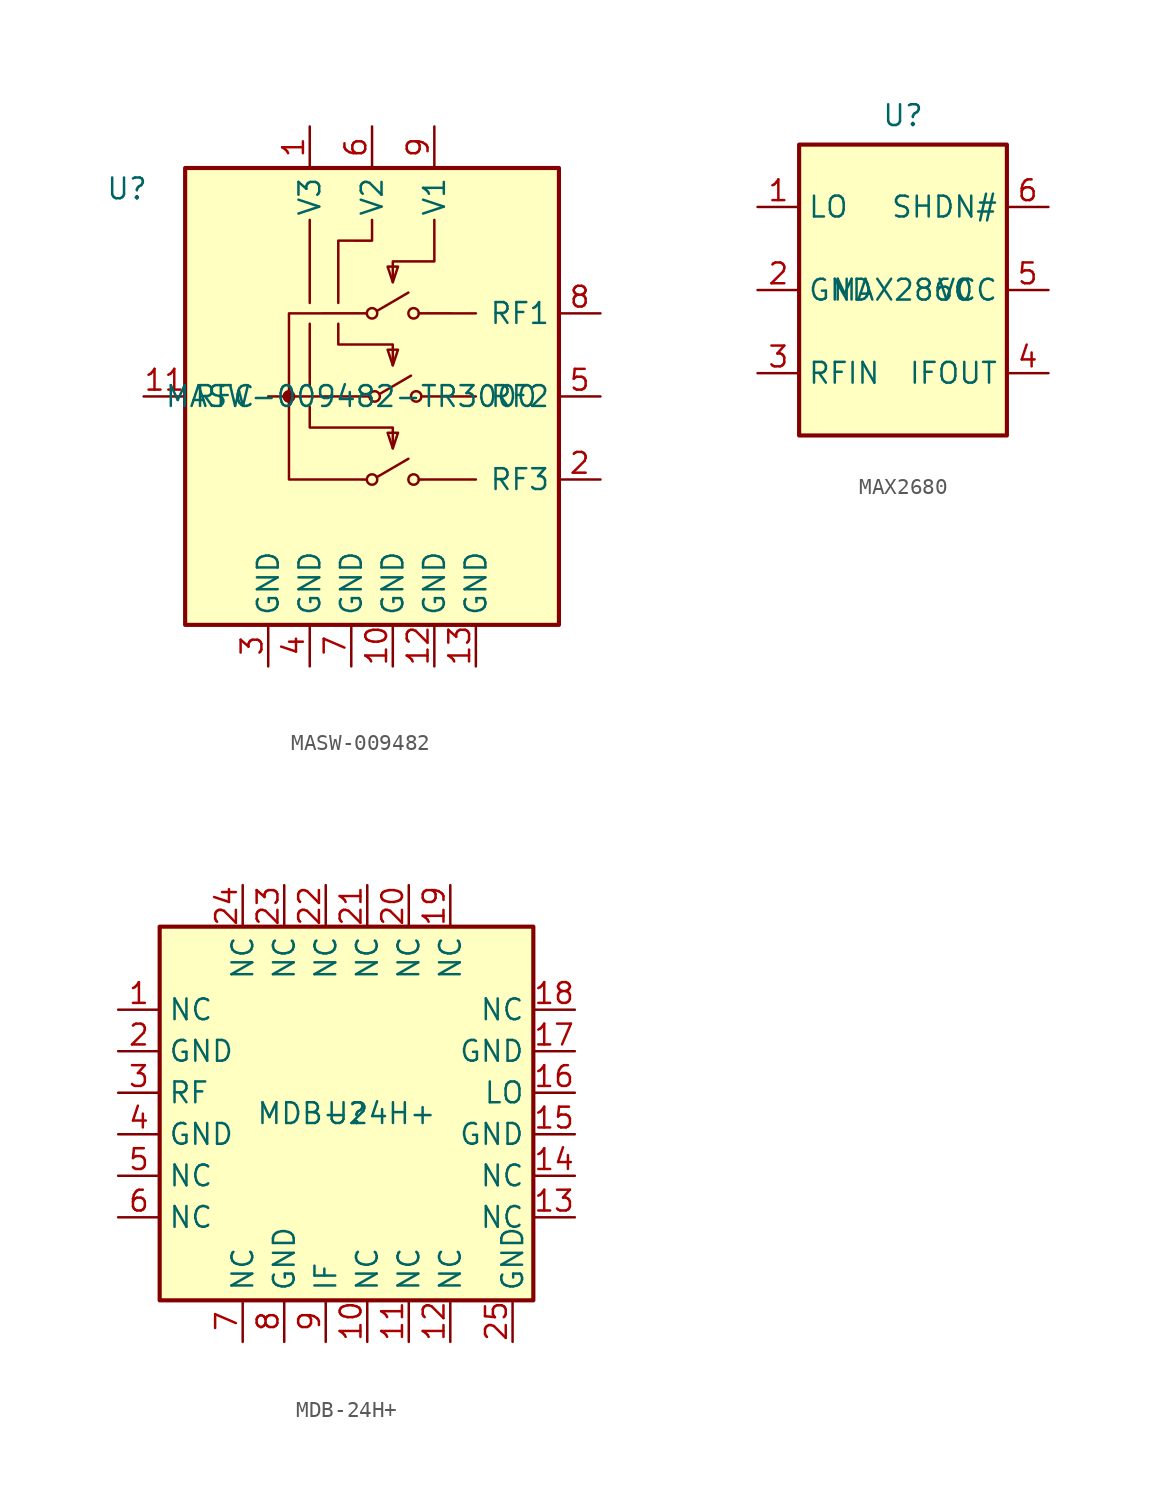
<source format=kicad_sym>
(kicad_symbol_lib
  (version 20241209)
  (generator "kicad_symbol_editor")
  (generator_version "9.0")
  (symbol "MASW-009482"
    (property "Reference" "U"
      (at -14.986 12.7 0)
      (effects (font (size 1.27 1.27))))
    (property "Value" "MASW-009482-TR3000"
      (at -1.27 0 0)
      (effects (font (size 1.27 1.27))))
    (symbol "MASW-009482_0_1"
      (polyline (pts (xy -6.35 0) (xy -5.08 0) (xy -5.08 -5.08) (xy -0.317 -5.082)) (stroke (width 0) (type default)) (fill (type none)))
      (circle (center 0.0004 5.082) (radius 0.318) (stroke (width 0) (type default)) (fill (type none)))
      (circle (center 0.0004 -5.082) (radius 0.318) (stroke (width 0) (type default)) (fill (type none)))
      (circle (center 0.159 0) (radius 0.318) (stroke (width 0) (type default)) (fill (type none)))
      (polyline (pts (xy 0.318 5.24) (xy 2.224 6.352)) (stroke (width 0) (type default)) (fill (type none)))
      (polyline (pts (xy 0.318 -4.923) (xy 2.224 -3.811)) (stroke (width 0) (type default)) (fill (type none)))
      (polyline (pts (xy 0.477 0.159) (xy 2.382 1.27)) (stroke (width 0) (type default)) (fill (type none)))
      (circle (center 2.541 5.082) (radius 0.318) (stroke (width 0) (type default)) (fill (type none)))
      (circle (center 2.541 -5.082) (radius 0.318) (stroke (width 0) (type default)) (fill (type none)))
      (circle (center 2.7 0) (radius 0.318) (stroke (width 0) (type default)) (fill (type none)))
      (polyline (pts (xy 2.859 5.082) (xy 6.35 5.08)) (stroke (width 0) (type default)) (fill (type none)))
      (polyline (pts (xy 2.859 -5.082) (xy 6.35 -5.08)) (stroke (width 0) (type default)) (fill (type none)))
      (polyline (pts (xy 3.018 0) (xy 6.35 0)) (stroke (width 0) (type default)) (fill (type none))))
    (symbol "MASW-009482_1_1"
      (rectangle (start -11.43 13.97) (end 11.43 -13.97) (stroke (width 0.254) (type default)) (fill (type background)))
      (circle (center -5.08 0) (radius 0.318) (stroke (width 0) (type default)) (fill (type outline)))
      (polyline (pts (xy -5.08 0) (xy -0.158 0)) (stroke (width 0) (type default)) (fill (type none)))
      (polyline (pts (xy -5.08 0) (xy -5.08 5.08) (xy -0.318 5.082)) (stroke (width 0) (type default)) (fill (type none)))
      (polyline (pts (xy -3.81 10.795) (xy -3.81 5.715)) (stroke (width 0) (type default)) (fill (type none)))
      (polyline (pts (xy -3.81 4.445) (xy -3.81 0.635)) (stroke (width 0) (type default)) (fill (type none)))
      (polyline (pts (xy -3.81 -0.635) (xy -3.81 -1.905) (xy 1.27 -1.905) (xy 1.27 -3.175)) (stroke (width 0) (type default)) (fill (type none)))
      (polyline (pts (xy -2.064 4.446) (xy -2.064 3.176) (xy 1.27 3.175) (xy 1.27 1.905)) (stroke (width 0) (type default)) (fill (type none)))
      (polyline (pts (xy 0 10.795) (xy 0 9.525) (xy -2.064 9.528) (xy -2.064 5.717)) (stroke (width 0) (type default)) (fill (type none)))
      (polyline (pts (xy 1.27 6.987) (xy 0.953 7.94) (xy 1.588 7.94) (xy 1.27 6.987)) (stroke (width 0) (type default)) (fill (type none)))
      (polyline (pts (xy 1.27 1.906) (xy 0.953 2.858) (xy 1.588 2.858) (xy 1.27 1.906)) (stroke (width 0) (type default)) (fill (type none)))
      (polyline (pts (xy 1.27 -3.176) (xy 0.953 -2.223) (xy 1.588 -2.223) (xy 1.27 -3.176)) (stroke (width 0) (type default)) (fill (type none)))
      (polyline (pts (xy 3.81 10.795) (xy 3.811 8.258) (xy 1.27 8.258) (xy 1.27 6.985)) (stroke (width 0) (type default)) (fill (type none)))
      (pin passive line (at -13.97 0 0) (length 2.54) (name "RFC" (effects (font (size 1.27 1.27)))) (number "11" (effects (font (size 1.27 1.27)))))
      (pin passive line (at -6.35 -16.51 90) (length 2.54) (name "GND" (effects (font (size 1.27 1.27)))) (number "3" (effects (font (size 1.27 1.27)))))
      (pin passive line (at -3.81 16.51 270) (length 2.54) (name "V3" (effects (font (size 1.27 1.27)))) (number "1" (effects (font (size 1.27 1.27)))))
      (pin passive line (at -3.81 -16.51 90) (length 2.54) (name "GND" (effects (font (size 1.27 1.27)))) (number "4" (effects (font (size 1.27 1.27)))))
      (pin passive line (at -1.27 -16.51 90) (length 2.54) (name "GND" (effects (font (size 1.27 1.27)))) (number "7" (effects (font (size 1.27 1.27)))))
      (pin passive line (at 0 16.51 270) (length 2.54) (name "V2" (effects (font (size 1.27 1.27)))) (number "6" (effects (font (size 1.27 1.27)))))
      (pin passive line (at 1.27 -16.51 90) (length 2.54) (name "GND" (effects (font (size 1.27 1.27)))) (number "10" (effects (font (size 1.27 1.27)))))
      (pin passive line (at 3.81 16.51 270) (length 2.54) (name "V1" (effects (font (size 1.27 1.27)))) (number "9" (effects (font (size 1.27 1.27)))))
      (pin passive line (at 3.81 -16.51 90) (length 2.54) (name "GND" (effects (font (size 1.27 1.27)))) (number "12" (effects (font (size 1.27 1.27)))))
      (pin passive line (at 6.35 -16.51 90) (length 2.54) (name "GND" (effects (font (size 1.27 1.27)))) (number "13" (effects (font (size 1.27 1.27)))))
      (pin passive line (at 13.97 5.08 180) (length 2.54) (name "RF1" (effects (font (size 1.27 1.27)))) (number "8" (effects (font (size 1.27 1.27)))))
      (pin passive line (at 13.97 0 180) (length 2.54) (name "RF2" (effects (font (size 1.27 1.27)))) (number "5" (effects (font (size 1.27 1.27)))))
      (pin passive line (at 13.97 -5.08 180) (length 2.54) (name "RF3" (effects (font (size 1.27 1.27)))) (number "2" (effects (font (size 1.27 1.27)))))))
  (symbol "MAX2680"
    (property "Reference" "U"
      (at 0 10.668 0)
      (effects (font (size 1.27 1.27))))
    (property "Value" "MAX2860"
      (at 0 0 0)
      (effects (font (size 1.27 1.27))))
    (symbol "MAX2680_1_1"
      (rectangle (start -6.35 8.89) (end 6.35 -8.89) (stroke (width 0.254) (type default)) (fill (type background)))
      (pin passive line (at -8.89 5.08 0) (length 2.54) (name "LO" (effects (font (size 1.27 1.27)))) (number "1" (effects (font (size 1.27 1.27)))))
      (pin passive line (at -8.89 0 0) (length 2.54) (name "GND" (effects (font (size 1.27 1.27)))) (number "2" (effects (font (size 1.27 1.27)))))
      (pin passive line (at -8.89 -5.08 0) (length 2.54) (name "RFIN" (effects (font (size 1.27 1.27)))) (number "3" (effects (font (size 1.27 1.27)))))
      (pin passive line (at 8.89 5.08 180) (length 2.54) (name "SHDN#" (effects (font (size 1.27 1.27)))) (number "6" (effects (font (size 1.27 1.27)))))
      (pin passive line (at 8.89 0 180) (length 2.54) (name "VCC" (effects (font (size 1.27 1.27)))) (number "5" (effects (font (size 1.27 1.27)))))
      (pin passive line (at 8.89 -5.08 180) (length 2.54) (name "IFOUT" (effects (font (size 1.27 1.27)))) (number "4" (effects (font (size 1.27 1.27)))))))
  (symbol "MDB-24H+"
    (property "Reference" "U"
      (at 0 0 0)
      (effects (font (size 1.27 1.27))))
    (property "Value" "MDB-24H+"
      (at 0 0 0)
      (effects (font (size 1.27 1.27))))
    (symbol "MDB-24H+_1_1"
      (rectangle (start -11.43 11.43) (end 11.43 -11.43) (stroke (width 0.254) (type default)) (fill (type background)))
      (pin passive line (at -13.97 6.35 0) (length 2.54) (name "NC" (effects (font (size 1.27 1.27)))) (number "1" (effects (font (size 1.27 1.27)))))
      (pin passive line (at -13.97 3.81 0) (length 2.54) (name "GND" (effects (font (size 1.27 1.27)))) (number "2" (effects (font (size 1.27 1.27)))))
      (pin passive line (at -13.97 1.27 0) (length 2.54) (name "RF" (effects (font (size 1.27 1.27)))) (number "3" (effects (font (size 1.27 1.27)))))
      (pin passive line (at -13.97 -1.27 0) (length 2.54) (name "GND" (effects (font (size 1.27 1.27)))) (number "4" (effects (font (size 1.27 1.27)))))
      (pin passive line (at -13.97 -3.81 0) (length 2.54) (name "NC" (effects (font (size 1.27 1.27)))) (number "5" (effects (font (size 1.27 1.27)))))
      (pin passive line (at -13.97 -6.35 0) (length 2.54) (name "NC" (effects (font (size 1.27 1.27)))) (number "6" (effects (font (size 1.27 1.27)))))
      (pin passive line (at -6.35 13.97 270) (length 2.54) (name "NC" (effects (font (size 1.27 1.27)))) (number "24" (effects (font (size 1.27 1.27)))))
      (pin passive line (at -6.35 -13.97 90) (length 2.54) (name "NC" (effects (font (size 1.27 1.27)))) (number "7" (effects (font (size 1.27 1.27)))))
      (pin passive line (at -3.81 13.97 270) (length 2.54) (name "NC" (effects (font (size 1.27 1.27)))) (number "23" (effects (font (size 1.27 1.27)))))
      (pin passive line (at -3.81 -13.97 90) (length 2.54) (name "GND" (effects (font (size 1.27 1.27)))) (number "8" (effects (font (size 1.27 1.27)))))
      (pin passive line (at -1.27 13.97 270) (length 2.54) (name "NC" (effects (font (size 1.27 1.27)))) (number "22" (effects (font (size 1.27 1.27)))))
      (pin passive line (at -1.27 -13.97 90) (length 2.54) (name "IF" (effects (font (size 1.27 1.27)))) (number "9" (effects (font (size 1.27 1.27)))))
      (pin passive line (at 1.27 13.97 270) (length 2.54) (name "NC" (effects (font (size 1.27 1.27)))) (number "21" (effects (font (size 1.27 1.27)))))
      (pin passive line (at 1.27 -13.97 90) (length 2.54) (name "NC" (effects (font (size 1.27 1.27)))) (number "10" (effects (font (size 1.27 1.27)))))
      (pin passive line (at 3.81 13.97 270) (length 2.54) (name "NC" (effects (font (size 1.27 1.27)))) (number "20" (effects (font (size 1.27 1.27)))))
      (pin passive line (at 3.81 -13.97 90) (length 2.54) (name "NC" (effects (font (size 1.27 1.27)))) (number "11" (effects (font (size 1.27 1.27)))))
      (pin passive line (at 6.35 13.97 270) (length 2.54) (name "NC" (effects (font (size 1.27 1.27)))) (number "19" (effects (font (size 1.27 1.27)))))
      (pin passive line (at 6.35 -13.97 90) (length 2.54) (name "NC" (effects (font (size 1.27 1.27)))) (number "12" (effects (font (size 1.27 1.27)))))
      (pin passive line (at 10.16 -13.97 90) (length 2.54) (name "GND" (effects (font (size 1.27 1.27)))) (number "25" (effects (font (size 1.27 1.27)))))
      (pin passive line (at 13.97 6.35 180) (length 2.54) (name "NC" (effects (font (size 1.27 1.27)))) (number "18" (effects (font (size 1.27 1.27)))))
      (pin passive line (at 13.97 3.81 180) (length 2.54) (name "GND" (effects (font (size 1.27 1.27)))) (number "17" (effects (font (size 1.27 1.27)))))
      (pin passive line (at 13.97 1.27 180) (length 2.54) (name "LO" (effects (font (size 1.27 1.27)))) (number "16" (effects (font (size 1.27 1.27)))))
      (pin passive line (at 13.97 -1.27 180) (length 2.54) (name "GND" (effects (font (size 1.27 1.27)))) (number "15" (effects (font (size 1.27 1.27)))))
      (pin passive line (at 13.97 -3.81 180) (length 2.54) (name "NC" (effects (font (size 1.27 1.27)))) (number "14" (effects (font (size 1.27 1.27)))))
      (pin passive line (at 13.97 -6.35 180) (length 2.54) (name "NC" (effects (font (size 1.27 1.27)))) (number "13" (effects (font (size 1.27 1.27))))))))
</source>
